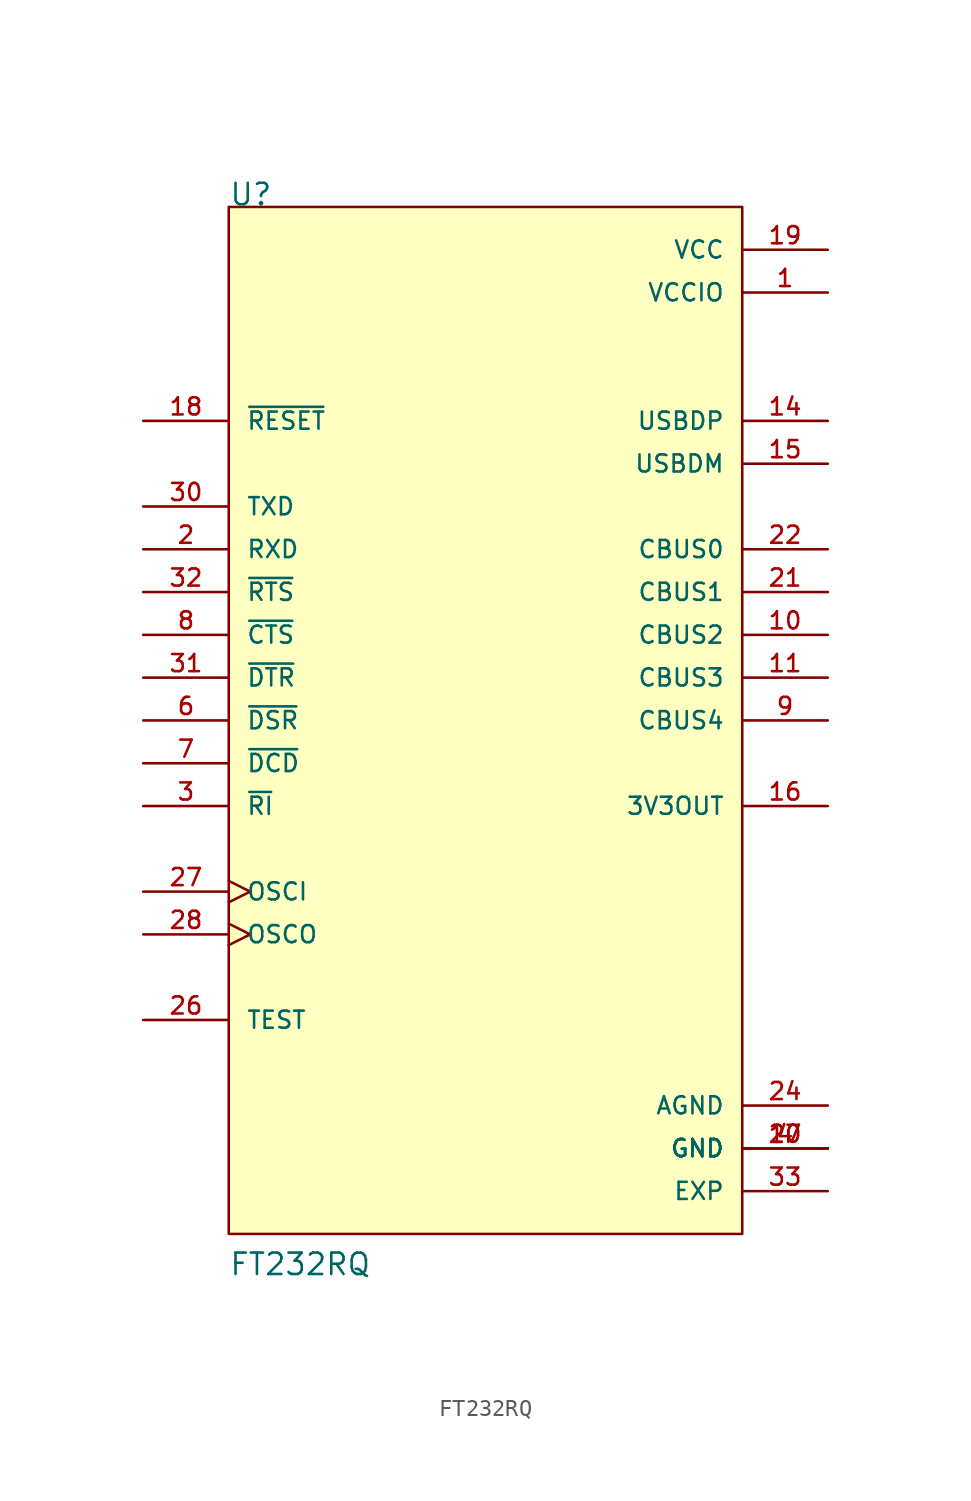
<source format=kicad_sym>
(kicad_symbol_lib
  (version 20211014)
  (generator kicad_symbol_editor)
  (symbol "FT232RQ"
    (pin_names
      (offset 1.016))
    (property "Reference" "U"
      (at -15.24 30.48 0)
      (effects (font (size 1.27 1.27)) (justify left bottom)))
    (property "Value" "FT232RQ"
      (at -15.24 -33.02 0)
      (effects (font (size 1.27 1.27)) (justify left bottom)))
    (property "ki_locked" ""
      (at 0 0 0)
      (effects (font (size 1.27 1.27))))
    (symbol "FT232RQ_0_0"
      (rectangle (start -15.24 -30.48) (end 15.24 30.48) (stroke (width 0.152) (type default) (color 0 0 0 0)) (fill (type background)))
      (pin power_in line (at 20.32 25.4 180) (length 5.08) (name "VCCIO" (effects (font (size 1.016 1.016)))) (number "1" (effects (font (size 1.016 1.016)))))
      (pin bidirectional line (at 20.32 5.08 180) (length 5.08) (name "CBUS2" (effects (font (size 1.016 1.016)))) (number "10" (effects (font (size 1.016 1.016)))))
      (pin bidirectional line (at 20.32 2.54 180) (length 5.08) (name "CBUS3" (effects (font (size 1.016 1.016)))) (number "11" (effects (font (size 1.016 1.016)))))
      (pin bidirectional line (at 20.32 17.78 180) (length 5.08) (name "USBDP" (effects (font (size 1.016 1.016)))) (number "14" (effects (font (size 1.016 1.016)))))
      (pin bidirectional line (at 20.32 15.24 180) (length 5.08) (name "USBDM" (effects (font (size 1.016 1.016)))) (number "15" (effects (font (size 1.016 1.016)))))
      (pin output line (at 20.32 -5.08 180) (length 5.08) (name "3V3OUT" (effects (font (size 1.016 1.016)))) (number "16" (effects (font (size 1.016 1.016)))))
      (pin power_in line (at 20.32 -25.4 180) (length 5.08) (name "GND" (effects (font (size 1.016 1.016)))) (number "17" (effects (font (size 1.016 1.016)))))
      (pin input line (at -20.32 17.78 0) (length 5.08) (name "~{RESET}" (effects (font (size 1.016 1.016)))) (number "18" (effects (font (size 1.016 1.016)))))
      (pin power_in line (at 20.32 27.94 180) (length 5.08) (name "VCC" (effects (font (size 1.016 1.016)))) (number "19" (effects (font (size 1.016 1.016)))))
      (pin input line (at -20.32 10.16 0) (length 5.08) (name "RXD" (effects (font (size 1.016 1.016)))) (number "2" (effects (font (size 1.016 1.016)))))
      (pin power_in line (at 20.32 -25.4 180) (length 5.08) (name "GND" (effects (font (size 1.016 1.016)))) (number "20" (effects (font (size 1.016 1.016)))))
      (pin bidirectional line (at 20.32 7.62 180) (length 5.08) (name "CBUS1" (effects (font (size 1.016 1.016)))) (number "21" (effects (font (size 1.016 1.016)))))
      (pin bidirectional line (at 20.32 10.16 180) (length 5.08) (name "CBUS0" (effects (font (size 1.016 1.016)))) (number "22" (effects (font (size 1.016 1.016)))))
      (pin power_in line (at 20.32 -22.86 180) (length 5.08) (name "AGND" (effects (font (size 1.016 1.016)))) (number "24" (effects (font (size 1.016 1.016)))))
      (pin input line (at -20.32 -17.78 0) (length 5.08) (name "TEST" (effects (font (size 1.016 1.016)))) (number "26" (effects (font (size 1.016 1.016)))))
      (pin input clock (at -20.32 -10.16 0) (length 5.08) (name "OSCI" (effects (font (size 1.016 1.016)))) (number "27" (effects (font (size 1.016 1.016)))))
      (pin output clock (at -20.32 -12.7 0) (length 5.08) (name "OSCO" (effects (font (size 1.016 1.016)))) (number "28" (effects (font (size 1.016 1.016)))))
      (pin input line (at -20.32 -5.08 0) (length 5.08) (name "~{RI}" (effects (font (size 1.016 1.016)))) (number "3" (effects (font (size 1.016 1.016)))))
      (pin output line (at -20.32 12.7 0) (length 5.08) (name "TXD" (effects (font (size 1.016 1.016)))) (number "30" (effects (font (size 1.016 1.016)))))
      (pin output line (at -20.32 2.54 0) (length 5.08) (name "~{DTR}" (effects (font (size 1.016 1.016)))) (number "31" (effects (font (size 1.016 1.016)))))
      (pin output line (at -20.32 7.62 0) (length 5.08) (name "~{RTS}" (effects (font (size 1.016 1.016)))) (number "32" (effects (font (size 1.016 1.016)))))
      (pin power_in line (at 20.32 -27.94 180) (length 5.08) (name "EXP" (effects (font (size 1.016 1.016)))) (number "33" (effects (font (size 1.016 1.016)))))
      (pin power_in line (at 20.32 -25.4 180) (length 5.08) (name "GND" (effects (font (size 1.016 1.016)))) (number "4" (effects (font (size 1.016 1.016)))))
      (pin input line (at -20.32 0 0) (length 5.08) (name "~{DSR}" (effects (font (size 1.016 1.016)))) (number "6" (effects (font (size 1.016 1.016)))))
      (pin input line (at -20.32 -2.54 0) (length 5.08) (name "~{DCD}" (effects (font (size 1.016 1.016)))) (number "7" (effects (font (size 1.016 1.016)))))
      (pin input line (at -20.32 5.08 0) (length 5.08) (name "~{CTS}" (effects (font (size 1.016 1.016)))) (number "8" (effects (font (size 1.016 1.016)))))
      (pin bidirectional line (at 20.32 0 180) (length 5.08) (name "CBUS4" (effects (font (size 1.016 1.016)))) (number "9" (effects (font (size 1.016 1.016))))))))
</source>
